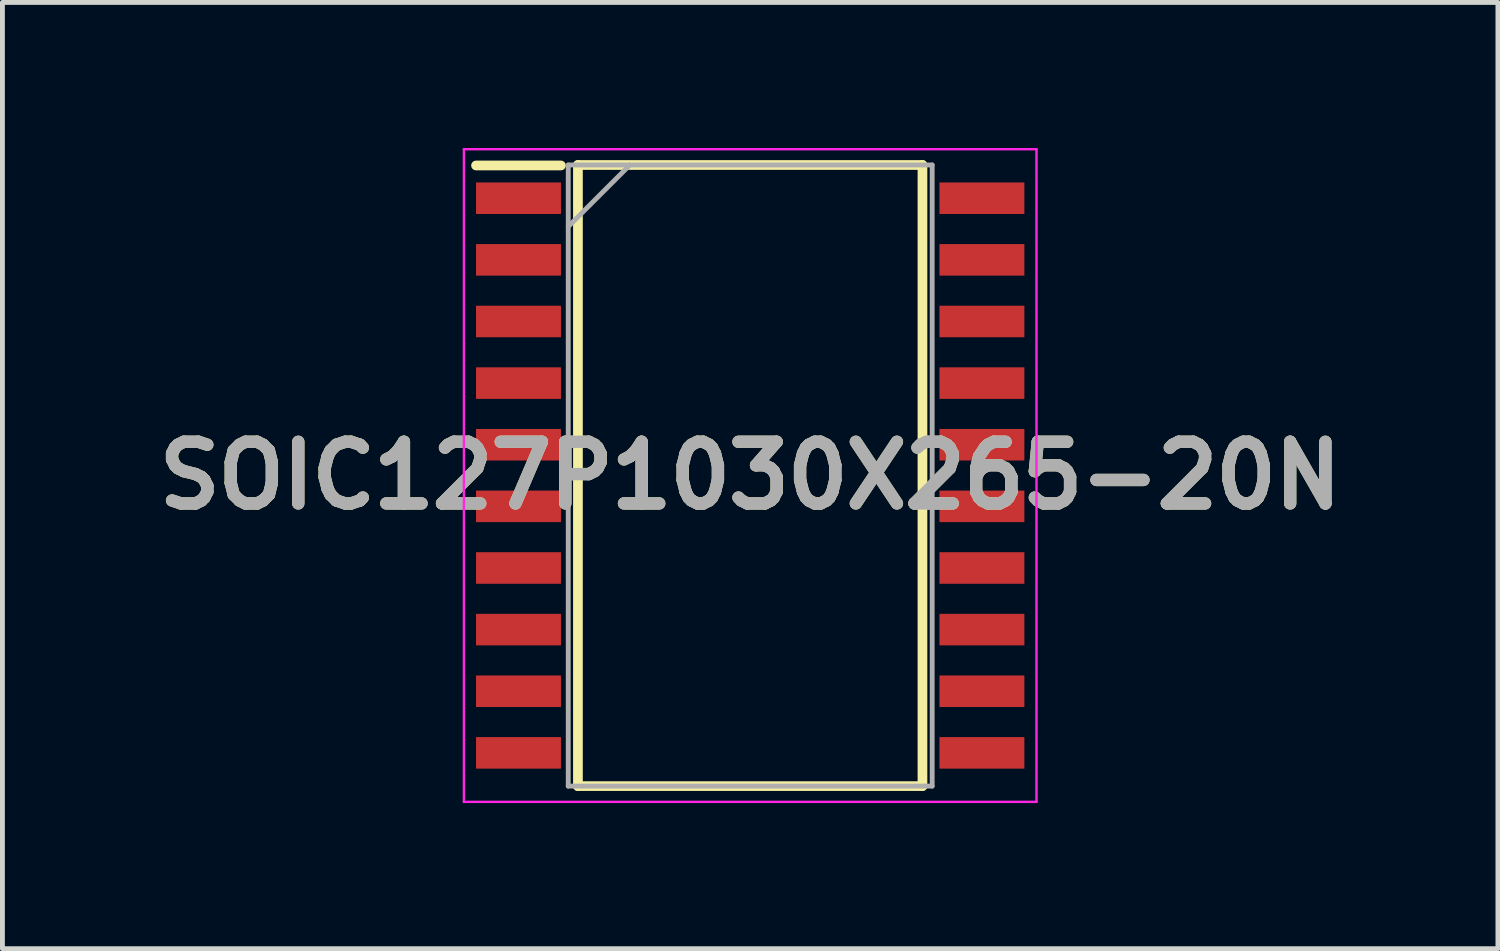
<source format=kicad_pcb>
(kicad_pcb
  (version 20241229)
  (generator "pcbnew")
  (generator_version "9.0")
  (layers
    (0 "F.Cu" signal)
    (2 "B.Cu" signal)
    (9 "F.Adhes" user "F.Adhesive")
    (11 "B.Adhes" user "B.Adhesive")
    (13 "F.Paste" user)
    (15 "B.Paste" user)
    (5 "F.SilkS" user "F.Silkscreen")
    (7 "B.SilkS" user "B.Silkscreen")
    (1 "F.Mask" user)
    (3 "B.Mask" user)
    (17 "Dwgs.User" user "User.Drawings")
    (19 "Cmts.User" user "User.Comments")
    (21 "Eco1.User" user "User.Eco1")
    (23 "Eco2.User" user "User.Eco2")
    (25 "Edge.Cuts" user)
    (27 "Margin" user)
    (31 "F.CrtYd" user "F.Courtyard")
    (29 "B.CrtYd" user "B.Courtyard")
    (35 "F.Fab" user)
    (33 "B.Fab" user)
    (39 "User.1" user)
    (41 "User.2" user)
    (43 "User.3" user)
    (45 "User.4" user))
  (footprint "SOIC127P1030X265-20N"
    (layer "F.Cu")
    (at 12.41 6.75)
    (property "Reference" "SOIC127P1030X265-20N" (at 0 0 0) (layer "F.SilkS") (effects (font (size 1.27 1.27) (thickness 0.254))))
    (attr smd)
    (fp_line (start -5.65 -6.39) (end -3.9 -6.39) (stroke (width 0.2) (type solid)) (layer "F.SilkS"))
    (fp_line (start -3.55 -6.4) (end 3.55 -6.4) (stroke (width 0.2) (type solid)) (layer "F.SilkS"))
    (fp_line (start -3.55 6.4) (end -3.55 -6.4) (stroke (width 0.2) (type solid)) (layer "F.SilkS"))
    (fp_line (start 3.55 -6.4) (end 3.55 6.4) (stroke (width 0.2) (type solid)) (layer "F.SilkS"))
    (fp_line (start 3.55 6.4) (end -3.55 6.4) (stroke (width 0.2) (type solid)) (layer "F.SilkS"))
    (fp_line (start -5.9 -6.725) (end 5.9 -6.725) (stroke (width 0.05) (type solid)) (layer "F.CrtYd"))
    (fp_line (start -5.9 6.725) (end -5.9 -6.725) (stroke (width 0.05) (type solid)) (layer "F.CrtYd"))
    (fp_line (start 5.9 -6.725) (end 5.9 6.725) (stroke (width 0.05) (type solid)) (layer "F.CrtYd"))
    (fp_line (start 5.9 6.725) (end -5.9 6.725) (stroke (width 0.05) (type solid)) (layer "F.CrtYd"))
    (fp_line (start -3.75 -6.4) (end 3.75 -6.4) (stroke (width 0.1) (type solid)) (layer "F.Fab"))
    (fp_line (start -3.75 -5.13) (end -2.48 -6.4) (stroke (width 0.1) (type solid)) (layer "F.Fab"))
    (fp_line (start -3.75 6.4) (end -3.75 -6.4) (stroke (width 0.1) (type solid)) (layer "F.Fab"))
    (fp_line (start 3.75 -6.4) (end 3.75 6.4) (stroke (width 0.1) (type solid)) (layer "F.Fab"))
    (fp_line (start 3.75 6.4) (end -3.75 6.4) (stroke (width 0.1) (type solid)) (layer "F.Fab"))
    (fp_text user "${REFERENCE}" (at 0 0 0) (layer "F.Fab") (effects (font (size 1.27 1.27) (thickness 0.254))))
    (pad "1" smd rect (at -4.775 -5.715 90) (size 0.65 1.75) (layers "F.Cu" "F.Mask" "F.Paste"))
    (pad "2" smd rect (at -4.775 -4.445 90) (size 0.65 1.75) (layers "F.Cu" "F.Mask" "F.Paste"))
    (pad "3" smd rect (at -4.775 -3.175 90) (size 0.65 1.75) (layers "F.Cu" "F.Mask" "F.Paste"))
    (pad "4" smd rect (at -4.775 -1.905 90) (size 0.65 1.75) (layers "F.Cu" "F.Mask" "F.Paste"))
    (pad "5" smd rect (at -4.775 -0.635 90) (size 0.65 1.75) (layers "F.Cu" "F.Mask" "F.Paste"))
    (pad "6" smd rect (at -4.775 0.635 90) (size 0.65 1.75) (layers "F.Cu" "F.Mask" "F.Paste"))
    (pad "7" smd rect (at -4.775 1.905 90) (size 0.65 1.75) (layers "F.Cu" "F.Mask" "F.Paste"))
    (pad "8" smd rect (at -4.775 3.175 90) (size 0.65 1.75) (layers "F.Cu" "F.Mask" "F.Paste"))
    (pad "9" smd rect (at -4.775 4.445 90) (size 0.65 1.75) (layers "F.Cu" "F.Mask" "F.Paste"))
    (pad "10" smd rect (at -4.775 5.715 90) (size 0.65 1.75) (layers "F.Cu" "F.Mask" "F.Paste"))
    (pad "11" smd rect (at 4.775 5.715 90) (size 0.65 1.75) (layers "F.Cu" "F.Mask" "F.Paste"))
    (pad "12" smd rect (at 4.775 4.445 90) (size 0.65 1.75) (layers "F.Cu" "F.Mask" "F.Paste"))
    (pad "13" smd rect (at 4.775 3.175 90) (size 0.65 1.75) (layers "F.Cu" "F.Mask" "F.Paste"))
    (pad "14" smd rect (at 4.775 1.905 90) (size 0.65 1.75) (layers "F.Cu" "F.Mask" "F.Paste"))
    (pad "15" smd rect (at 4.775 0.635 90) (size 0.65 1.75) (layers "F.Cu" "F.Mask" "F.Paste"))
    (pad "16" smd rect (at 4.775 -0.635 90) (size 0.65 1.75) (layers "F.Cu" "F.Mask" "F.Paste"))
    (pad "17" smd rect (at 4.775 -1.905 90) (size 0.65 1.75) (layers "F.Cu" "F.Mask" "F.Paste"))
    (pad "18" smd rect (at 4.775 -3.175 90) (size 0.65 1.75) (layers "F.Cu" "F.Mask" "F.Paste"))
    (pad "19" smd rect (at 4.775 -4.445 90) (size 0.65 1.75) (layers "F.Cu" "F.Mask" "F.Paste"))
    (pad "20" smd rect (at 4.775 -5.715 90) (size 0.65 1.75) (layers "F.Cu" "F.Mask" "F.Paste")))
  (gr_rect
    (start -3 -3)
    (end 27.819 16.5)
    (stroke (width 0.1) (type default))
    (fill no)
    (layer "Edge.Cuts")))
</source>
